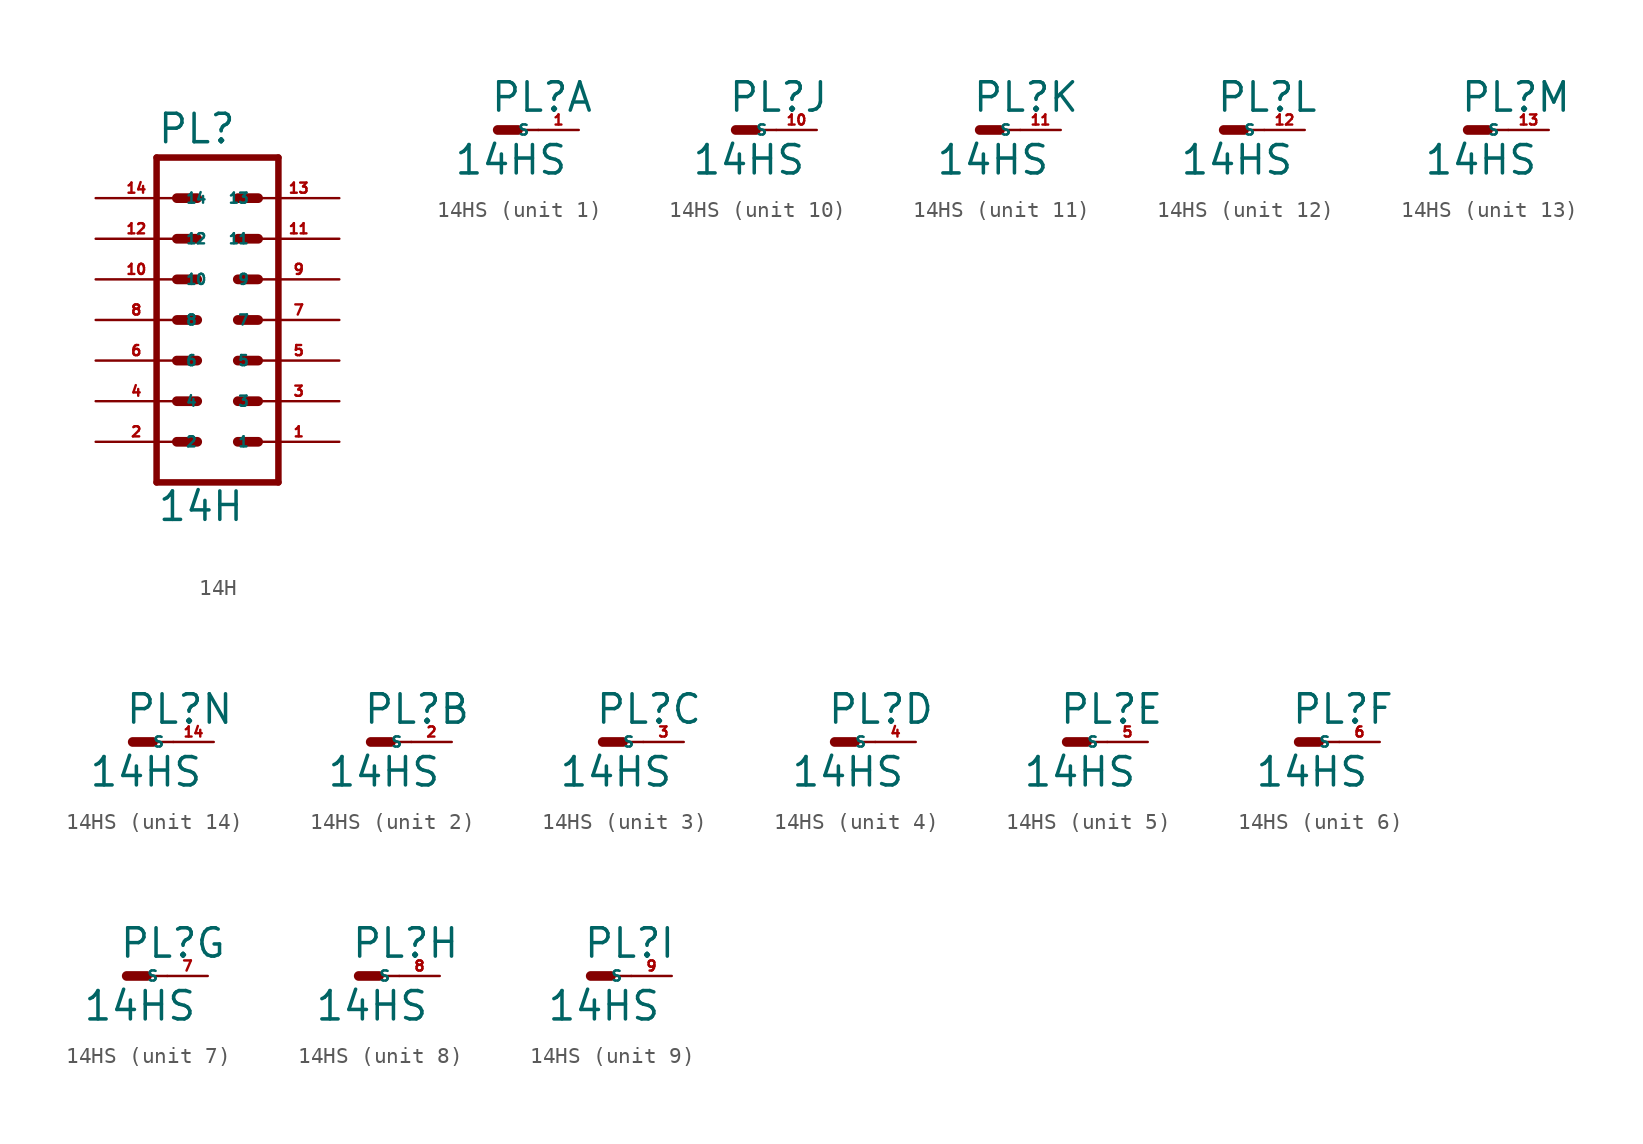
<source format=kicad_sym>
(kicad_symbol_lib
  (version 20220914)
  (generator Eagle2Kicad)
  (symbol "14H"
    (property "Reference" "PL"
      (at -3.81 10.922 0)
      (effects (font (size 1.778 1.778) (thickness 0.22)) (justify left bottom)))
    (property "Value" "14H"
      (at -3.81 -12.7 0)
      (effects (font (size 1.778 1.778) (thickness 0.22)) (justify left bottom)))
    (polyline
      (pts (xy 3.81 -10.16) (xy -3.81 -10.16))
      (stroke (width 0.406) (type default))
      (fill (type none)))
    (polyline
      (pts (xy -3.81 10.16) (xy -3.81 -10.16))
      (stroke (width 0.406) (type default))
      (fill (type none)))
    (polyline
      (pts (xy 3.81 -10.16) (xy 3.81 10.16))
      (stroke (width 0.406) (type default))
      (fill (type none)))
    (polyline
      (pts (xy -3.81 10.16) (xy 3.81 10.16))
      (stroke (width 0.406) (type default))
      (fill (type none)))
    (polyline
      (pts (xy 1.27 2.54) (xy 2.54 2.54))
      (stroke (width 0.61) (type default))
      (fill (type none)))
    (polyline
      (pts (xy 1.27 0) (xy 2.54 0))
      (stroke (width 0.61) (type default))
      (fill (type none)))
    (polyline
      (pts (xy 1.27 -2.54) (xy 2.54 -2.54))
      (stroke (width 0.61) (type default))
      (fill (type none)))
    (polyline
      (pts (xy 1.27 -5.08) (xy 2.54 -5.08))
      (stroke (width 0.61) (type default))
      (fill (type none)))
    (polyline
      (pts (xy 1.27 -7.62) (xy 2.54 -7.62))
      (stroke (width 0.61) (type default))
      (fill (type none)))
    (polyline
      (pts (xy -2.54 2.54) (xy -1.27 2.54))
      (stroke (width 0.61) (type default))
      (fill (type none)))
    (polyline
      (pts (xy -2.54 0) (xy -1.27 0))
      (stroke (width 0.61) (type default))
      (fill (type none)))
    (polyline
      (pts (xy -2.54 -2.54) (xy -1.27 -2.54))
      (stroke (width 0.61) (type default))
      (fill (type none)))
    (polyline
      (pts (xy -2.54 -5.08) (xy -1.27 -5.08))
      (stroke (width 0.61) (type default))
      (fill (type none)))
    (polyline
      (pts (xy -2.54 -7.62) (xy -1.27 -7.62))
      (stroke (width 0.61) (type default))
      (fill (type none)))
    (polyline
      (pts (xy 1.27 5.08) (xy 2.54 5.08))
      (stroke (width 0.61) (type default))
      (fill (type none)))
    (polyline
      (pts (xy 1.27 7.62) (xy 2.54 7.62))
      (stroke (width 0.61) (type default))
      (fill (type none)))
    (polyline
      (pts (xy -2.54 5.08) (xy -1.27 5.08))
      (stroke (width 0.61) (type default))
      (fill (type none)))
    (polyline
      (pts (xy -2.54 7.62) (xy -1.27 7.62))
      (stroke (width 0.61) (type default))
      (fill (type none)))
    (pin passive line
      (at 7.62 -7.62 180)
      (length 5.08)
      (name "1" (effects (font (size 0.635 0.635) (thickness 0.08)) (justify left bottom)))
      (number "1" (effects (font (size 0.635 0.635) (thickness 0.08)) (justify left bottom))))
    (pin passive line
      (at 7.62 -5.08 180)
      (length 5.08)
      (name "3" (effects (font (size 0.635 0.635) (thickness 0.08)) (justify left bottom)))
      (number "3" (effects (font (size 0.635 0.635) (thickness 0.08)) (justify left bottom))))
    (pin passive line
      (at 7.62 -2.54 180)
      (length 5.08)
      (name "5" (effects (font (size 0.635 0.635) (thickness 0.08)) (justify left bottom)))
      (number "5" (effects (font (size 0.635 0.635) (thickness 0.08)) (justify left bottom))))
    (pin passive line
      (at 7.62 0 180)
      (length 5.08)
      (name "7" (effects (font (size 0.635 0.635) (thickness 0.08)) (justify left bottom)))
      (number "7" (effects (font (size 0.635 0.635) (thickness 0.08)) (justify left bottom))))
    (pin passive line
      (at 7.62 2.54 180)
      (length 5.08)
      (name "9" (effects (font (size 0.635 0.635) (thickness 0.08)) (justify left bottom)))
      (number "9" (effects (font (size 0.635 0.635) (thickness 0.08)) (justify left bottom))))
    (pin passive line
      (at -7.62 -7.62 0)
      (length 5.08)
      (name "2" (effects (font (size 0.635 0.635) (thickness 0.08)) (justify left bottom)))
      (number "2" (effects (font (size 0.635 0.635) (thickness 0.08)) (justify left bottom))))
    (pin passive line
      (at -7.62 -5.08 0)
      (length 5.08)
      (name "4" (effects (font (size 0.635 0.635) (thickness 0.08)) (justify left bottom)))
      (number "4" (effects (font (size 0.635 0.635) (thickness 0.08)) (justify left bottom))))
    (pin passive line
      (at -7.62 -2.54 0)
      (length 5.08)
      (name "6" (effects (font (size 0.635 0.635) (thickness 0.08)) (justify left bottom)))
      (number "6" (effects (font (size 0.635 0.635) (thickness 0.08)) (justify left bottom))))
    (pin passive line
      (at -7.62 0 0)
      (length 5.08)
      (name "8" (effects (font (size 0.635 0.635) (thickness 0.08)) (justify left bottom)))
      (number "8" (effects (font (size 0.635 0.635) (thickness 0.08)) (justify left bottom))))
    (pin passive line
      (at -7.62 2.54 0)
      (length 5.08)
      (name "10" (effects (font (size 0.635 0.635) (thickness 0.08)) (justify left bottom)))
      (number "10" (effects (font (size 0.635 0.635) (thickness 0.08)) (justify left bottom))))
    (pin passive line
      (at 7.62 5.08 180)
      (length 5.08)
      (name "11" (effects (font (size 0.635 0.635) (thickness 0.08)) (justify left bottom)))
      (number "11" (effects (font (size 0.635 0.635) (thickness 0.08)) (justify left bottom))))
    (pin passive line
      (at 7.62 7.62 180)
      (length 5.08)
      (name "13" (effects (font (size 0.635 0.635) (thickness 0.08)) (justify left bottom)))
      (number "13" (effects (font (size 0.635 0.635) (thickness 0.08)) (justify left bottom))))
    (pin passive line
      (at -7.62 5.08 0)
      (length 5.08)
      (name "12" (effects (font (size 0.635 0.635) (thickness 0.08)) (justify left bottom)))
      (number "12" (effects (font (size 0.635 0.635) (thickness 0.08)) (justify left bottom))))
    (pin passive line
      (at -7.62 7.62 0)
      (length 5.08)
      (name "14" (effects (font (size 0.635 0.635) (thickness 0.08)) (justify left bottom)))
      (number "14" (effects (font (size 0.635 0.635) (thickness 0.08)) (justify left bottom)))))
  (symbol "14HS"
    (property "Reference" "PL"
      (at -0.508 1.016 0)
      (effects (font (size 1.778 1.778) (thickness 0.22)) (justify left bottom)))
    (property "Value" "14HS"
      (at -2.794 -2.921 0)
      (effects (font (size 1.778 1.778) (thickness 0.22)) (justify left bottom)))
    (symbol "14HS_1_0"
      (polyline (pts (xy 0 0) (xy 1.27 0)) (stroke (width 0.61) (type default)) (fill (type none)))
      (polyline (pts (xy 2.54 0) (xy 1.27 0)) (stroke (width 0.152) (type default)) (fill (type none)))
      (pin passive line (at 5.08 0 180) (length 2.54) (name "S" (effects (font (size 0.635 0.635) (thickness 0.08)) (justify left bottom))) (number "1" (effects (font (size 0.635 0.635) (thickness 0.08)) (justify left bottom)))))
    (symbol "14HS_2_0"
      (polyline (pts (xy 0 0) (xy 1.27 0)) (stroke (width 0.61) (type default)) (fill (type none)))
      (polyline (pts (xy 2.54 0) (xy 1.27 0)) (stroke (width 0.152) (type default)) (fill (type none)))
      (pin passive line (at 5.08 0 180) (length 2.54) (name "S" (effects (font (size 0.635 0.635) (thickness 0.08)) (justify left bottom))) (number "2" (effects (font (size 0.635 0.635) (thickness 0.08)) (justify left bottom)))))
    (symbol "14HS_3_0"
      (polyline (pts (xy 0 0) (xy 1.27 0)) (stroke (width 0.61) (type default)) (fill (type none)))
      (polyline (pts (xy 2.54 0) (xy 1.27 0)) (stroke (width 0.152) (type default)) (fill (type none)))
      (pin passive line (at 5.08 0 180) (length 2.54) (name "S" (effects (font (size 0.635 0.635) (thickness 0.08)) (justify left bottom))) (number "3" (effects (font (size 0.635 0.635) (thickness 0.08)) (justify left bottom)))))
    (symbol "14HS_4_0"
      (polyline (pts (xy 0 0) (xy 1.27 0)) (stroke (width 0.61) (type default)) (fill (type none)))
      (polyline (pts (xy 2.54 0) (xy 1.27 0)) (stroke (width 0.152) (type default)) (fill (type none)))
      (pin passive line (at 5.08 0 180) (length 2.54) (name "S" (effects (font (size 0.635 0.635) (thickness 0.08)) (justify left bottom))) (number "4" (effects (font (size 0.635 0.635) (thickness 0.08)) (justify left bottom)))))
    (symbol "14HS_5_0"
      (polyline (pts (xy 0 0) (xy 1.27 0)) (stroke (width 0.61) (type default)) (fill (type none)))
      (polyline (pts (xy 2.54 0) (xy 1.27 0)) (stroke (width 0.152) (type default)) (fill (type none)))
      (pin passive line (at 5.08 0 180) (length 2.54) (name "S" (effects (font (size 0.635 0.635) (thickness 0.08)) (justify left bottom))) (number "5" (effects (font (size 0.635 0.635) (thickness 0.08)) (justify left bottom)))))
    (symbol "14HS_6_0"
      (polyline (pts (xy 0 0) (xy 1.27 0)) (stroke (width 0.61) (type default)) (fill (type none)))
      (polyline (pts (xy 2.54 0) (xy 1.27 0)) (stroke (width 0.152) (type default)) (fill (type none)))
      (pin passive line (at 5.08 0 180) (length 2.54) (name "S" (effects (font (size 0.635 0.635) (thickness 0.08)) (justify left bottom))) (number "6" (effects (font (size 0.635 0.635) (thickness 0.08)) (justify left bottom)))))
    (symbol "14HS_7_0"
      (polyline (pts (xy 0 0) (xy 1.27 0)) (stroke (width 0.61) (type default)) (fill (type none)))
      (polyline (pts (xy 2.54 0) (xy 1.27 0)) (stroke (width 0.152) (type default)) (fill (type none)))
      (pin passive line (at 5.08 0 180) (length 2.54) (name "S" (effects (font (size 0.635 0.635) (thickness 0.08)) (justify left bottom))) (number "7" (effects (font (size 0.635 0.635) (thickness 0.08)) (justify left bottom)))))
    (symbol "14HS_8_0"
      (polyline (pts (xy 0 0) (xy 1.27 0)) (stroke (width 0.61) (type default)) (fill (type none)))
      (polyline (pts (xy 2.54 0) (xy 1.27 0)) (stroke (width 0.152) (type default)) (fill (type none)))
      (pin passive line (at 5.08 0 180) (length 2.54) (name "S" (effects (font (size 0.635 0.635) (thickness 0.08)) (justify left bottom))) (number "8" (effects (font (size 0.635 0.635) (thickness 0.08)) (justify left bottom)))))
    (symbol "14HS_9_0"
      (polyline (pts (xy 0 0) (xy 1.27 0)) (stroke (width 0.61) (type default)) (fill (type none)))
      (polyline (pts (xy 2.54 0) (xy 1.27 0)) (stroke (width 0.152) (type default)) (fill (type none)))
      (pin passive line (at 5.08 0 180) (length 2.54) (name "S" (effects (font (size 0.635 0.635) (thickness 0.08)) (justify left bottom))) (number "9" (effects (font (size 0.635 0.635) (thickness 0.08)) (justify left bottom)))))
    (symbol "14HS_10_0"
      (polyline (pts (xy 0 0) (xy 1.27 0)) (stroke (width 0.61) (type default)) (fill (type none)))
      (polyline (pts (xy 2.54 0) (xy 1.27 0)) (stroke (width 0.152) (type default)) (fill (type none)))
      (pin passive line (at 5.08 0 180) (length 2.54) (name "S" (effects (font (size 0.635 0.635) (thickness 0.08)) (justify left bottom))) (number "10" (effects (font (size 0.635 0.635) (thickness 0.08)) (justify left bottom)))))
    (symbol "14HS_11_0"
      (polyline (pts (xy 0 0) (xy 1.27 0)) (stroke (width 0.61) (type default)) (fill (type none)))
      (polyline (pts (xy 2.54 0) (xy 1.27 0)) (stroke (width 0.152) (type default)) (fill (type none)))
      (pin passive line (at 5.08 0 180) (length 2.54) (name "S" (effects (font (size 0.635 0.635) (thickness 0.08)) (justify left bottom))) (number "11" (effects (font (size 0.635 0.635) (thickness 0.08)) (justify left bottom)))))
    (symbol "14HS_12_0"
      (polyline (pts (xy 0 0) (xy 1.27 0)) (stroke (width 0.61) (type default)) (fill (type none)))
      (polyline (pts (xy 2.54 0) (xy 1.27 0)) (stroke (width 0.152) (type default)) (fill (type none)))
      (pin passive line (at 5.08 0 180) (length 2.54) (name "S" (effects (font (size 0.635 0.635) (thickness 0.08)) (justify left bottom))) (number "12" (effects (font (size 0.635 0.635) (thickness 0.08)) (justify left bottom)))))
    (symbol "14HS_13_0"
      (polyline (pts (xy 0 0) (xy 1.27 0)) (stroke (width 0.61) (type default)) (fill (type none)))
      (polyline (pts (xy 2.54 0) (xy 1.27 0)) (stroke (width 0.152) (type default)) (fill (type none)))
      (pin passive line (at 5.08 0 180) (length 2.54) (name "S" (effects (font (size 0.635 0.635) (thickness 0.08)) (justify left bottom))) (number "13" (effects (font (size 0.635 0.635) (thickness 0.08)) (justify left bottom)))))
    (symbol "14HS_14_0"
      (polyline (pts (xy 0 0) (xy 1.27 0)) (stroke (width 0.61) (type default)) (fill (type none)))
      (polyline (pts (xy 2.54 0) (xy 1.27 0)) (stroke (width 0.152) (type default)) (fill (type none)))
      (pin passive line (at 5.08 0 180) (length 2.54) (name "S" (effects (font (size 0.635 0.635) (thickness 0.08)) (justify left bottom))) (number "14" (effects (font (size 0.635 0.635) (thickness 0.08)) (justify left bottom)))))))
</source>
